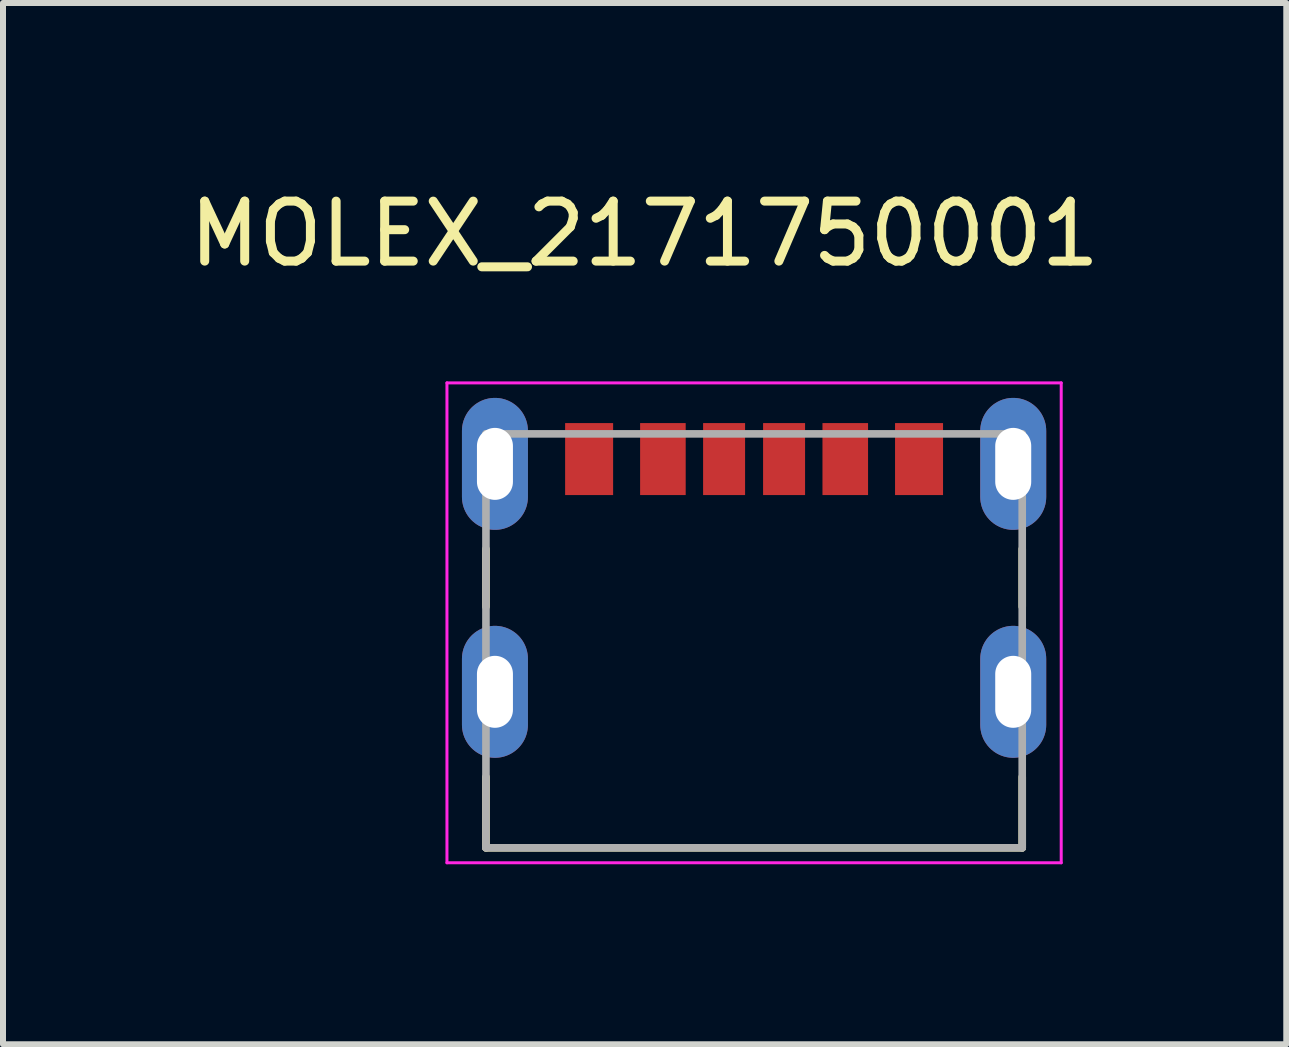
<source format=kicad_pcb>
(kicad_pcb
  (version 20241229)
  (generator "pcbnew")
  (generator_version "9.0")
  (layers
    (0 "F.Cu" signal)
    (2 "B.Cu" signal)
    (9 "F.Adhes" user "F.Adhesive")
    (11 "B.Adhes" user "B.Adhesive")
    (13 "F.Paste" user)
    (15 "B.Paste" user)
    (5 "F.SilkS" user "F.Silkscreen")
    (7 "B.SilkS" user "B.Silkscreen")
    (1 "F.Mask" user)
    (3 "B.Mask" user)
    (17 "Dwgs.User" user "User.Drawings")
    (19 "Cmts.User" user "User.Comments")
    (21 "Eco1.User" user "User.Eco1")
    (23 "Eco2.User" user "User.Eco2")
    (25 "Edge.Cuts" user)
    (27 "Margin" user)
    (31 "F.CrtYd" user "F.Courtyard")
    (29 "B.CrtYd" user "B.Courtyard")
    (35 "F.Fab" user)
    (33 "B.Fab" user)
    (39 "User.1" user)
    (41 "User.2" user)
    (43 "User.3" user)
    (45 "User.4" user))
  (footprint "MOLEX_2171750001"
    (layer "F.Cu")
    (at 9.521 8.483)
    (property "Reference" "MOLEX_2171750001" (at -1.825 -7.635 0) (layer "F.SilkS") (effects (font (size 1 1) (thickness 0.15))))
    (attr through_hole)
    (fp_line (start -4.47 -1.42) (end -4.47 -2.38) (stroke (width 0.127) (type solid)) (layer "F.SilkS"))
    (fp_line (start -4.47 2.6) (end -4.47 1.42) (stroke (width 0.127) (type solid)) (layer "F.SilkS"))
    (fp_line (start 4.47 -1.42) (end 4.47 -2.38) (stroke (width 0.127) (type solid)) (layer "F.SilkS"))
    (fp_line (start 4.47 2.6) (end -4.47 2.6) (stroke (width 0.127) (type solid)) (layer "F.SilkS"))
    (fp_line (start 4.47 2.6) (end 4.47 1.42) (stroke (width 0.127) (type solid)) (layer "F.SilkS"))
    (fp_line (start -5.12 -5.15) (end -5.12 2.85) (stroke (width 0.05) (type solid)) (layer "F.CrtYd"))
    (fp_line (start -5.12 2.85) (end 5.12 2.85) (stroke (width 0.05) (type solid)) (layer "F.CrtYd"))
    (fp_line (start 5.12 -5.15) (end -5.12 -5.15) (stroke (width 0.05) (type solid)) (layer "F.CrtYd"))
    (fp_line (start 5.12 2.85) (end 5.12 -5.15) (stroke (width 0.05) (type solid)) (layer "F.CrtYd"))
    (fp_line (start -4.47 -4.3) (end 4.47 -4.3) (stroke (width 0.127) (type solid)) (layer "F.Fab"))
    (fp_line (start -4.47 2.6) (end -4.47 -4.3) (stroke (width 0.127) (type solid)) (layer "F.Fab"))
    (fp_line (start 4.47 -4.3) (end 4.47 2.6) (stroke (width 0.127) (type solid)) (layer "F.Fab"))
    (fp_line (start 4.47 2.6) (end -4.47 2.6) (stroke (width 0.127) (type solid)) (layer "F.Fab"))
    (pad "A5" smd rect (at -0.5 -3.88) (size 0.7 1.2) (layers "F.Cu" "F.Mask" "F.Paste"))
    (pad "A9" smd rect (at 1.52 -3.88) (size 0.76 1.2) (layers "F.Cu" "F.Mask" "F.Paste"))
    (pad "A12" smd rect (at 2.75 -3.88) (size 0.8 1.2) (layers "F.Cu" "F.Mask" "F.Paste"))
    (pad "B5" smd rect (at 0.5 -3.88) (size 0.7 1.2) (layers "F.Cu" "F.Mask" "F.Paste"))
    (pad "B9" smd rect (at -1.52 -3.88) (size 0.76 1.2) (layers "F.Cu" "F.Mask" "F.Paste"))
    (pad "B12" smd rect (at -2.75 -3.88) (size 0.8 1.2) (layers "F.Cu" "F.Mask" "F.Paste"))
    (pad "S1" thru_hole oval (at -4.32 0) (size 1.1 2.2) (drill oval 0.6 1.2) (layers "*.Cu" "*.Mask"))
    (pad "S2" thru_hole oval (at 4.32 0) (size 1.1 2.2) (drill oval 0.6 1.2) (layers "*.Cu" "*.Mask"))
    (pad "S3" thru_hole oval (at -4.32 -3.8) (size 1.1 2.2) (drill oval 0.6 1.2) (layers "*.Cu" "*.Mask"))
    (pad "S4" thru_hole oval (at 4.32 -3.8) (size 1.1 2.2) (drill oval 0.6 1.2) (layers "*.Cu" "*.Mask")))
  (gr_rect
    (start -3 -3)
    (end 18.393 14.358)
    (stroke (width 0.1) (type default))
    (fill no)
    (layer "Edge.Cuts")))
</source>
